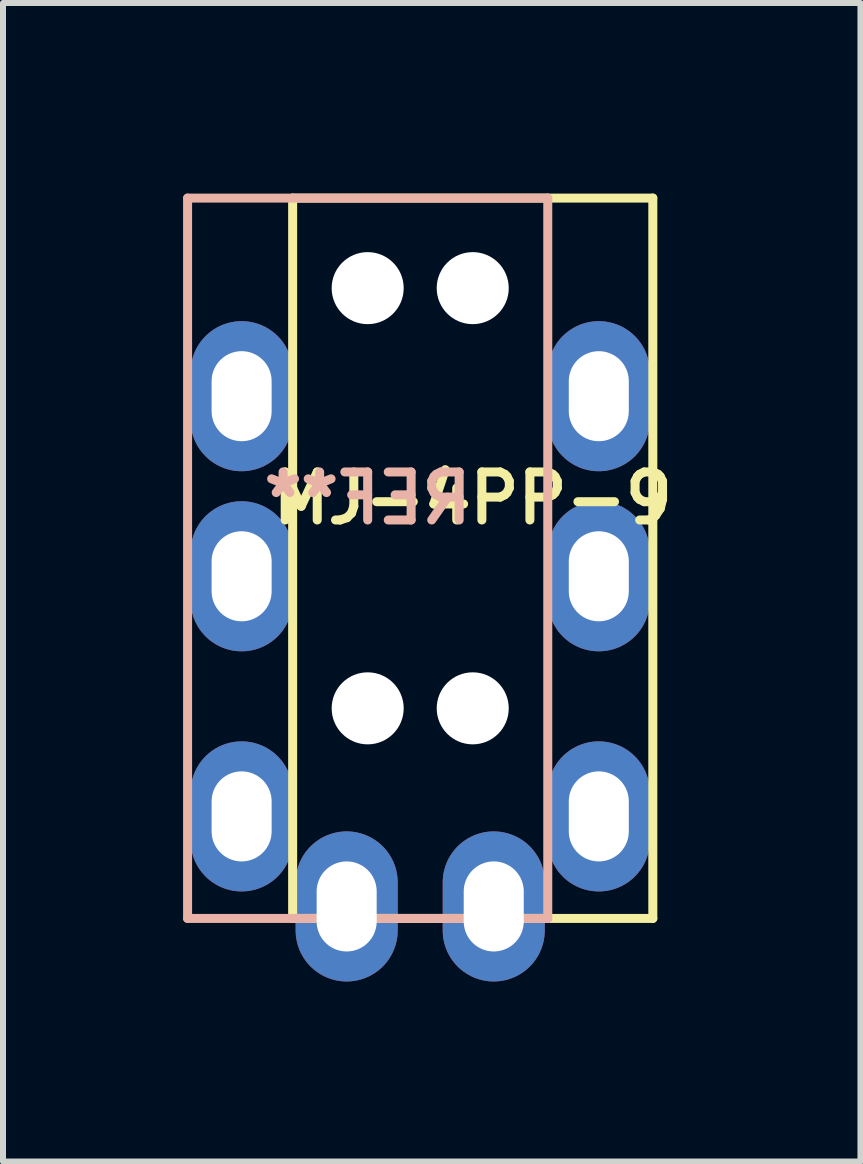
<source format=kicad_pcb>
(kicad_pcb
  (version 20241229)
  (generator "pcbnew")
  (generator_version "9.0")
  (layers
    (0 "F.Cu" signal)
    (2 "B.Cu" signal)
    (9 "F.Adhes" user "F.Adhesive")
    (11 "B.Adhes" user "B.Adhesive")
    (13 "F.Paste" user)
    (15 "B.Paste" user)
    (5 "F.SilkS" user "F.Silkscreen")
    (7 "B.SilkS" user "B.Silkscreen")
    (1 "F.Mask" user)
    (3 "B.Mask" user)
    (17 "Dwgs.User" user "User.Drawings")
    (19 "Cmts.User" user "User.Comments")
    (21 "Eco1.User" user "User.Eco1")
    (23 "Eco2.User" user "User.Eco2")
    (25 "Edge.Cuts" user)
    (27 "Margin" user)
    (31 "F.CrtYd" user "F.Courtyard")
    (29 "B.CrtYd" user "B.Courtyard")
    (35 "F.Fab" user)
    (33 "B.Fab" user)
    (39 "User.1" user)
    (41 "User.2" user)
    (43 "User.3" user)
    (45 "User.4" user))
  (footprint "MJ-4PP-9"
    (layer "F.Cu")
    (at 4.825 0.25)
    (property "Reference" "MJ-4PP-9" (at 0 5 0) (layer "F.SilkS") (effects (font (size 0.8 0.8) (thickness 0.15))))
    (attr through_hole)
    (fp_line (start -3 0) (end 3 0) (stroke (width 0.15) (type solid)) (layer "F.SilkS"))
    (fp_line (start -3 12) (end -3 0) (stroke (width 0.15) (type solid)) (layer "F.SilkS"))
    (fp_line (start 3 0) (end 3 12) (stroke (width 0.15) (type solid)) (layer "F.SilkS"))
    (fp_line (start 3 12) (end -3 12) (stroke (width 0.15) (type solid)) (layer "F.SilkS"))
    (fp_line (start -4.75 0) (end 1.25 0) (stroke (width 0.15) (type solid)) (layer "B.SilkS"))
    (fp_line (start -4.75 12) (end -4.75 0) (stroke (width 0.15) (type solid)) (layer "B.SilkS"))
    (fp_line (start 1.25 0) (end 1.25 12) (stroke (width 0.15) (type solid)) (layer "B.SilkS"))
    (fp_line (start 1.25 12) (end -4.75 12) (stroke (width 0.15) (type solid)) (layer "B.SilkS"))
    (fp_text user "REF**" (at -1.75 5 0) (layer "B.SilkS") (effects (font (size 0.8 0.8) (thickness 0.15)) (justify mirror)))
    (pad "" np_thru_hole circle (at -1.75 1.5) (size 1.2 1.2) (drill 1.2) (layers "*.Cu" "*.Mask"))
    (pad "" np_thru_hole circle (at -1.75 8.5) (size 1.2 1.2) (drill 1.2) (layers "*.Cu" "*.Mask"))
    (pad "" np_thru_hole circle (at 0 1.5) (size 1.2 1.2) (drill 1.2) (layers "*.Cu" "*.Mask"))
    (pad "" np_thru_hole circle (at 0 8.5) (size 1.2 1.2) (drill 1.2) (layers "*.Cu" "*.Mask"))
    (pad "R1" thru_hole oval (at -3.85 6.3) (size 1.7 2.5) (drill oval 1 1.5) (layers "*.Cu" "*.Mask"))
    (pad "R1" thru_hole oval (at 2.1 6.3) (size 1.7 2.5) (drill oval 1 1.5) (layers "*.Cu" "*.Mask"))
    (pad "R2" thru_hole oval (at -3.85 3.3) (size 1.7 2.5) (drill oval 1 1.5) (layers "*.Cu" "*.Mask"))
    (pad "R2" thru_hole oval (at 2.1 3.3) (size 1.7 2.5) (drill oval 1 1.5) (layers "*.Cu" "*.Mask"))
    (pad "S" thru_hole oval (at -2.1 11.8) (size 1.7 2.5) (drill oval 1 1.5) (layers "*.Cu" "*.Mask"))
    (pad "S" thru_hole oval (at 0.35 11.8) (size 1.7 2.5) (drill oval 1 1.5) (layers "*.Cu" "*.Mask"))
    (pad "T" thru_hole oval (at -3.85 10.3) (size 1.7 2.5) (drill oval 1 1.5) (layers "*.Cu" "*.Mask"))
    (pad "T" thru_hole oval (at 2.1 10.3) (size 1.7 2.5) (drill oval 1 1.5) (layers "*.Cu" "*.Mask")))
  (gr_rect
    (start -3 -3)
    (end 11.284 16.3)
    (stroke (width 0.1) (type default))
    (fill no)
    (layer "Edge.Cuts")))
</source>
